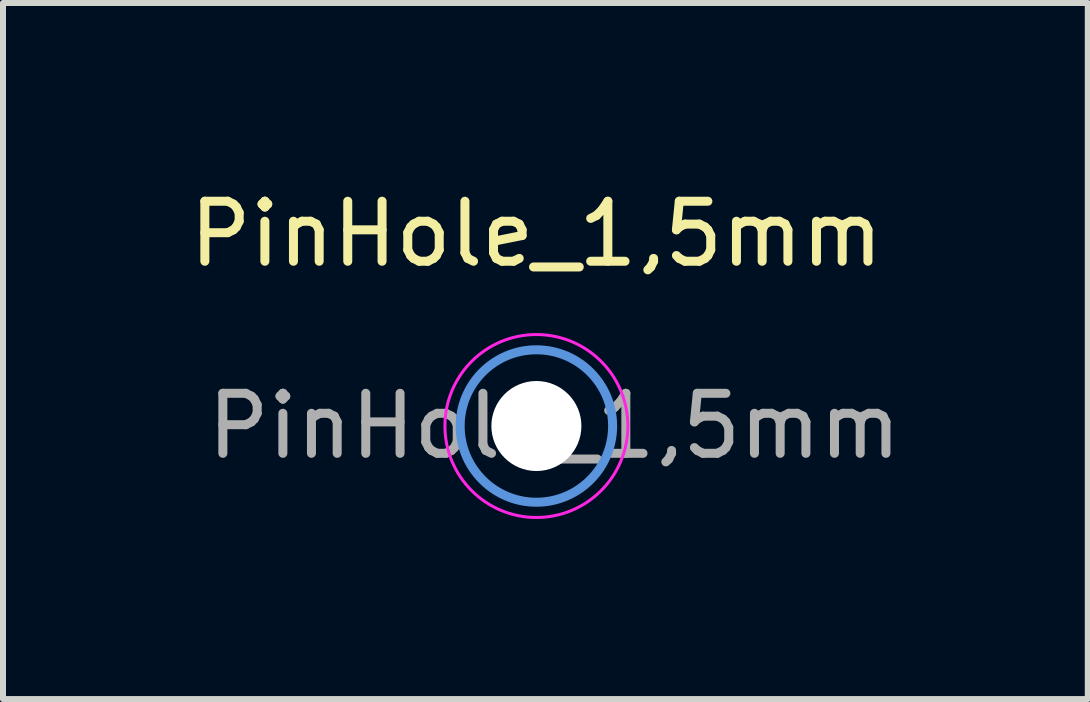
<source format=kicad_pcb>
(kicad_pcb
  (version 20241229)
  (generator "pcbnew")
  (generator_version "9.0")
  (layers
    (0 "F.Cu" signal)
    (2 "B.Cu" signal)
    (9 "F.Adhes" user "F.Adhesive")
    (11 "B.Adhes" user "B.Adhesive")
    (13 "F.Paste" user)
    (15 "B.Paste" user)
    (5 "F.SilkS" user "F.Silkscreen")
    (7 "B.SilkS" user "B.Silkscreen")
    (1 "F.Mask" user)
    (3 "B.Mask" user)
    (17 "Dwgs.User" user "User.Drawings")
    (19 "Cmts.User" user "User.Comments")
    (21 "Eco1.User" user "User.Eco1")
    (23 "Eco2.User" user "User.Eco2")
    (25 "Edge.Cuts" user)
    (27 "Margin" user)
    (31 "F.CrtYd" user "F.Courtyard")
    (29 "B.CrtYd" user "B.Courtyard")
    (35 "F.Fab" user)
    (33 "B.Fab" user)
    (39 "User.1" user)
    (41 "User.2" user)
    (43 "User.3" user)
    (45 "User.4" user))
  (footprint "PinHole_1,5mm"
    (layer "F.Cu")
    (at 5.887 4.048)
    (property "Reference" "PinHole_1,5mm" (at 0 -3.2 0) (layer "F.SilkS") (effects (font (size 1 1) (thickness 0.15))))
    (attr exclude_from_pos_files exclude_from_bom)
    (fp_circle (center 0 0) (end 1.27 0) (stroke (width 0.15) (type solid)) (fill no) (layer "Cmts.User"))
    (fp_circle (center 0 0) (end 1.524 0) (stroke (width 0.05) (type solid)) (fill no) (layer "F.CrtYd"))
    (fp_text user "${REFERENCE}" (at 0.3 0 0) (layer "F.Fab") (effects (font (size 1 1) (thickness 0.15))))
    (pad "" np_thru_hole circle (at 0 0) (size 1.5 1.5) (drill 1.5) (layers "*.Cu" "*.Mask")))
  (gr_rect
    (start -3 -3)
    (end 15.074 8.597)
    (stroke (width 0.1) (type default))
    (fill no)
    (layer "Edge.Cuts")))
</source>
